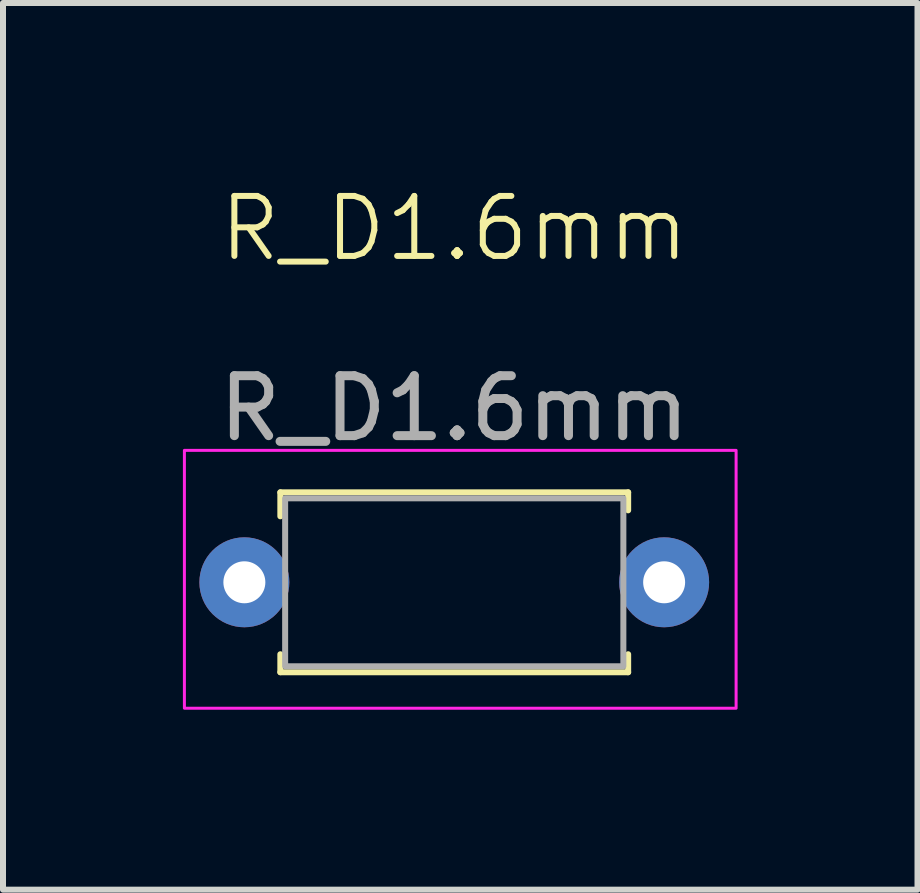
<source format=kicad_pcb>
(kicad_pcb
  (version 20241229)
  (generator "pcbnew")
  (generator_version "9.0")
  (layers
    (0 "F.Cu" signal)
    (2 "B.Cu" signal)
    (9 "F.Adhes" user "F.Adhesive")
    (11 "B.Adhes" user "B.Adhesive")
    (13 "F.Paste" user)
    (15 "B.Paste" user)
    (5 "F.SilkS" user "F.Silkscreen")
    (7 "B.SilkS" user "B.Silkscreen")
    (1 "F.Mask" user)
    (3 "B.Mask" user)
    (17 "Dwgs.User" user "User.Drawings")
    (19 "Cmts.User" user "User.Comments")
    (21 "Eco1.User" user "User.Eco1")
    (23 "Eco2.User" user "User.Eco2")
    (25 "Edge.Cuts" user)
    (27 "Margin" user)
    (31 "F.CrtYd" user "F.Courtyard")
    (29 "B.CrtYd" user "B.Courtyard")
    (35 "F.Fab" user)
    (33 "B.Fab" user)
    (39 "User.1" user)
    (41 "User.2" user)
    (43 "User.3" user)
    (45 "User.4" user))
  (footprint "R_D1.6mm"
    (layer "F.Cu")
    (at 4.525 6.66)
    (property "Reference" "R_D1.6mm" (at 0 -5.9 0) (unlocked yes) (layer "F.SilkS") (effects (font (size 1 1) (thickness 0.1))))
    (attr through_hole)
    (fp_line (start -2.9 -1.5) (end -2.9 -1.1) (stroke (width 0.1) (type default)) (layer "F.SilkS"))
    (fp_line (start -2.9 -1.5) (end 2.9 -1.5) (stroke (width 0.1) (type default)) (layer "F.SilkS"))
    (fp_line (start -2.9 1.5) (end -2.9 1.2) (stroke (width 0.1) (type default)) (layer "F.SilkS"))
    (fp_line (start 2.9 -1.5) (end 2.9 -1.2) (stroke (width 0.1) (type default)) (layer "F.SilkS"))
    (fp_line (start 2.9 1.5) (end -2.9 1.5) (stroke (width 0.1) (type default)) (layer "F.SilkS"))
    (fp_line (start 2.9 1.5) (end 2.9 1.2) (stroke (width 0.1) (type default)) (layer "F.SilkS"))
    (fp_rect (start -4.5 -2.2) (end 4.7 2.1) (stroke (width 0.05) (type default)) (fill no) (layer "F.CrtYd"))
    (fp_rect (start -2.82 -1.4) (end 2.82 1.4) (stroke (width 0.1) (type default)) (fill no) (layer "F.Fab"))
    (fp_text user "${REFERENCE}" (at 0 -2.9 0) (unlocked yes) (layer "F.Fab") (effects (font (size 1 1) (thickness 0.15))))
    (pad "1" thru_hole circle (at -3.5 0) (size 1.5 1.5) (drill 0.7) (layers "*.Cu" "*.Mask"))
    (pad "2" thru_hole circle (at 3.5 0) (size 1.5 1.5) (drill 0.7) (layers "*.Cu" "*.Mask")))
  (gr_rect
    (start -3 -3)
    (end 12.25 11.786)
    (stroke (width 0.1) (type default))
    (fill no)
    (layer "Edge.Cuts")))
</source>
